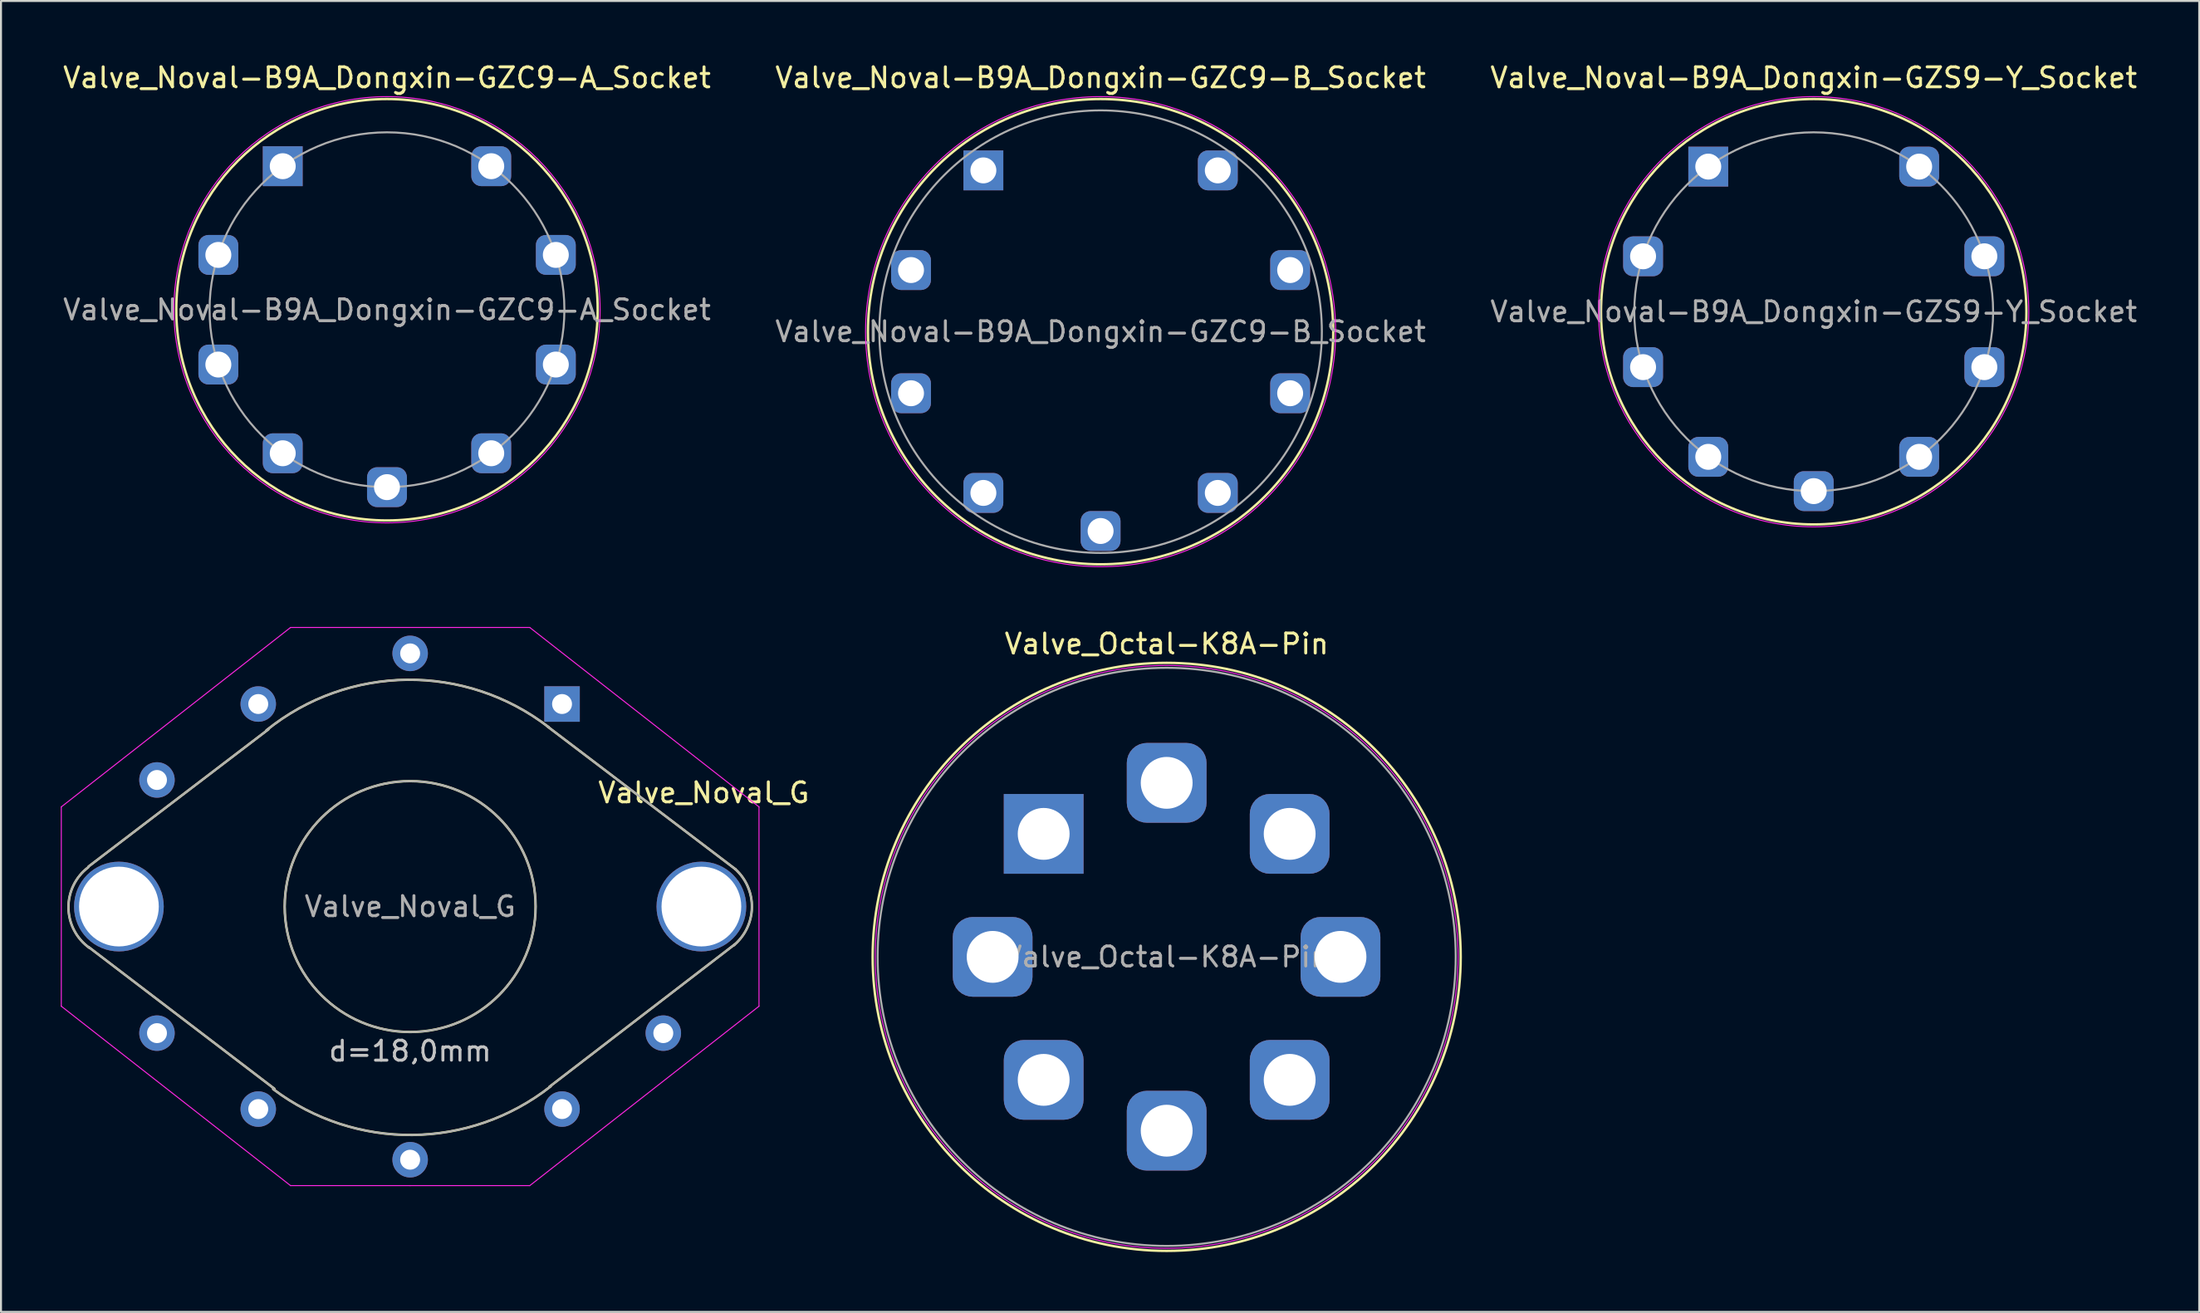
<source format=kicad_pcb>
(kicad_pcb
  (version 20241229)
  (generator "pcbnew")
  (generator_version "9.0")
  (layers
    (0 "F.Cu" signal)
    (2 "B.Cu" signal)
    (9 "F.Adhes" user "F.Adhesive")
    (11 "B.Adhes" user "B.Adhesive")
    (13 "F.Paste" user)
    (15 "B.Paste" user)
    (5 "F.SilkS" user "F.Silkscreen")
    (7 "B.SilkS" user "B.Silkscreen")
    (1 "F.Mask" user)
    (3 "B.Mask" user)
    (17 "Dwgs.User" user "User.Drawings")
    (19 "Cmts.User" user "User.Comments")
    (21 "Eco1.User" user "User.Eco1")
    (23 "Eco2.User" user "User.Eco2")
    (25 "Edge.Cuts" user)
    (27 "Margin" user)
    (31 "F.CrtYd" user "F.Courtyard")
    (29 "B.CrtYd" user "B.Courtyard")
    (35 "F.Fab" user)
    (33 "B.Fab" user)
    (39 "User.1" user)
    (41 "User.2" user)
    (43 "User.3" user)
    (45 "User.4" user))
  (footprint "Valve_Noval-B9A_Dongxin-GZS9-Y_Socket"
    (layer "F.Cu")
    (at 82.645 5.308)
    (property "Reference" "Valve_Noval-B9A_Dongxin-GZS9-Y_Socket" (at 5.29 -4.46 0) (layer "F.SilkS") (effects (font (size 1 1) (thickness 0.15))))
    (attr through_hole)
    (fp_circle (center 5.29 7.28) (end 15.96 7.28) (stroke (width 0.12) (type solid)) (fill no) (layer "F.SilkS"))
    (fp_circle (center 5.29 7.28) (end 16.08 7.28) (stroke (width 0.05) (type solid)) (fill no) (layer "F.CrtYd"))
    (fp_circle (center 5.29 7.28) (end 14.29 7.28) (stroke (width 0.1) (type solid)) (fill no) (layer "F.Fab"))
    (fp_text user "${REFERENCE}" (at 5.29 7.28 0) (layer "F.Fab") (effects (font (size 1 1) (thickness 0.15))))
    (pad "1" thru_hole rect (at 0 0) (size 2 2) (drill 1.3) (layers "*.Cu" "*.Mask"))
    (pad "2" thru_hole roundrect (at -3.27 4.5) (size 2 2) (drill 1.3) (layers "*.Cu" "*.Mask") (roundrect_rratio 0.25))
    (pad "3" thru_hole roundrect (at -3.27 10.06) (size 2 2) (drill 1.3) (layers "*.Cu" "*.Mask") (roundrect_rratio 0.25))
    (pad "4" thru_hole roundrect (at 0 14.56) (size 2 2) (drill 1.3) (layers "*.Cu" "*.Mask") (roundrect_rratio 0.25))
    (pad "5" thru_hole roundrect (at 5.29 16.28) (size 2 2) (drill 1.3) (layers "*.Cu" "*.Mask") (roundrect_rratio 0.25))
    (pad "6" thru_hole roundrect (at 10.58 14.56) (size 2 2) (drill 1.3) (layers "*.Cu" "*.Mask") (roundrect_rratio 0.25))
    (pad "7" thru_hole roundrect (at 13.85 10.06) (size 2 2) (drill 1.3) (layers "*.Cu" "*.Mask") (roundrect_rratio 0.25))
    (pad "8" thru_hole roundrect (at 13.85 4.5) (size 2 2) (drill 1.3) (layers "*.Cu" "*.Mask") (roundrect_rratio 0.25))
    (pad "9" thru_hole roundrect (at 10.58 0) (size 2 2) (drill 1.3) (layers "*.Cu" "*.Mask") (roundrect_rratio 0.25)))
  (footprint "Valve_Noval_G"
    (layer "F.Cu")
    (at 25.145 32.268)
    (property "Reference" "Valve_Noval_G" (at 7.11 4.45 0) (layer "F.SilkS") (effects (font (size 1 1) (thickness 0.15))))
    (attr through_hole)
    (fp_line (start -23.75 8.15) (end -14.73 1.27) (stroke (width 0.12) (type solid)) (layer "F.SilkS"))
    (fp_line (start -23.75 12.19) (end -14.43 19.3) (stroke (width 0.12) (type solid)) (layer "F.SilkS"))
    (fp_line (start 8.66 12.06) (end -0.63 19.2) (stroke (width 0.12) (type solid)) (layer "F.SilkS"))
    (fp_line (start 8.69 8.28) (end -0.74 1.12) (stroke (width 0.12) (type solid)) (layer "F.SilkS"))
    (fp_arc (start -23.7 12.24) (mid -24.76061 10.23284) (end -23.769096 8.190664) (stroke (width 0.12) (type solid)) (layer "F.SilkS"))
    (fp_arc (start -14.83 1.32) (mid -7.774859 -1.216675) (end -0.665972 1.16523) (stroke (width 0.12) (type solid)) (layer "F.SilkS"))
    (fp_arc (start -0.57 19.18) (mid -7.50736 21.618362) (end -14.491513 19.317453) (stroke (width 0.12) (type solid)) (layer "F.SilkS"))
    (fp_arc (start 8.69 8.28) (mid 9.524064 10.214038) (end 8.60831 12.110762) (stroke (width 0.12) (type solid)) (layer "F.SilkS"))
    (fp_circle (center -7.62 10.16) (end -12.07 14.61) (stroke (width 0.12) (type solid)) (fill no) (layer "F.SilkS"))
    (fp_line (start -25.12 5.16) (end -13.62 -3.84) (stroke (width 0.05) (type solid)) (layer "F.CrtYd"))
    (fp_line (start -25.12 15.16) (end -25.12 5.16) (stroke (width 0.05) (type solid)) (layer "F.CrtYd"))
    (fp_line (start -13.62 -3.84) (end -1.62 -3.84) (stroke (width 0.05) (type solid)) (layer "F.CrtYd"))
    (fp_line (start -13.62 24.16) (end -25.12 15.16) (stroke (width 0.05) (type solid)) (layer "F.CrtYd"))
    (fp_line (start -7.62 24.16) (end -13.62 24.16) (stroke (width 0.05) (type solid)) (layer "F.CrtYd"))
    (fp_line (start -1.62 -3.84) (end 9.88 5.16) (stroke (width 0.05) (type solid)) (layer "F.CrtYd"))
    (fp_line (start -1.62 24.16) (end -7.62 24.16) (stroke (width 0.05) (type solid)) (layer "F.CrtYd"))
    (fp_line (start 9.88 5.16) (end 9.88 15.16) (stroke (width 0.05) (type solid)) (layer "F.CrtYd"))
    (fp_line (start 9.88 15.16) (end -1.62 24.16) (stroke (width 0.05) (type solid)) (layer "F.CrtYd"))
    (fp_line (start -23.75 8.15) (end -14.73 1.27) (stroke (width 0.1) (type solid)) (layer "F.Fab"))
    (fp_line (start -23.75 12.19) (end -14.43 19.3) (stroke (width 0.1) (type solid)) (layer "F.Fab"))
    (fp_line (start 8.66 12.06) (end -0.63 19.2) (stroke (width 0.1) (type solid)) (layer "F.Fab"))
    (fp_line (start 8.69 8.28) (end -0.74 1.12) (stroke (width 0.1) (type solid)) (layer "F.Fab"))
    (fp_arc (start -23.7 12.24) (mid -24.76061 10.23284) (end -23.769096 8.190664) (stroke (width 0.1) (type solid)) (layer "F.Fab"))
    (fp_arc (start -14.83 1.32) (mid -7.774859 -1.216675) (end -0.665972 1.16523) (stroke (width 0.1) (type solid)) (layer "F.Fab"))
    (fp_arc (start -0.57 19.18) (mid -7.50736 21.618362) (end -14.491513 19.317453) (stroke (width 0.1) (type solid)) (layer "F.Fab"))
    (fp_arc (start 8.69 8.28) (mid 9.524064 10.214038) (end 8.60831 12.110762) (stroke (width 0.1) (type solid)) (layer "F.Fab"))
    (fp_circle (center -7.62 10.16) (end -12.07 14.61) (stroke (width 0.1) (type solid)) (fill no) (layer "F.Fab"))
    (fp_text user "d=18,0mm" (at -7.62 17.41 0) (layer "Dwgs.User") (effects (font (size 1 1) (thickness 0.15))))
    (fp_text user "${REFERENCE}" (at -7.62 10.16 0) (layer "F.Fab") (effects (font (size 1 1) (thickness 0.15))))
    (pad "" thru_hole circle (at 6.99 10.16) (size 4.5 4.5) (drill 4) (layers "*.Cu" "*.Mask"))
    (pad "1" thru_hole rect (at 0 0) (size 1.78 1.78) (drill 1) (layers "*.Cu" "*.Mask"))
    (pad "2" thru_hole circle (at -22.23 10.16) (size 4.5 4.5) (drill 4) (layers "*.Cu" "*.Mask"))
    (pad "2" thru_hole circle (at -7.62 -2.54) (size 1.78 1.78) (drill 1) (layers "*.Cu" "*.Mask"))
    (pad "3" thru_hole circle (at -15.24 0) (size 1.78 1.78) (drill 1) (layers "*.Cu" "*.Mask"))
    (pad "4" thru_hole circle (at -20.32 3.81) (size 1.78 1.78) (drill 1) (layers "*.Cu" "*.Mask"))
    (pad "5" thru_hole circle (at -20.32 16.51) (size 1.78 1.78) (drill 1) (layers "*.Cu" "*.Mask"))
    (pad "6" thru_hole circle (at -15.24 20.32) (size 1.78 1.78) (drill 1) (layers "*.Cu" "*.Mask"))
    (pad "7" thru_hole circle (at -7.62 22.86) (size 1.78 1.78) (drill 1) (layers "*.Cu" "*.Mask"))
    (pad "8" thru_hole circle (at 0 20.32) (size 1.78 1.78) (drill 1) (layers "*.Cu" "*.Mask"))
    (pad "9" thru_hole circle (at 5.08 16.51) (size 1.78 1.78) (drill 1) (layers "*.Cu" "*.Mask")))
  (footprint "Valve_Octal-K8A-Pin"
    (layer "F.Cu")
    (at 49.306 38.782)
    (property "Reference" "Valve_Octal-K8A-Pin" (at 6.17 -9.53 0) (layer "F.SilkS") (effects (font (size 1 1) (thickness 0.15))))
    (attr through_hole)
    (fp_circle (center 6.17 6.17) (end 20.92 6.17) (stroke (width 0.12) (type solid)) (fill no) (layer "F.SilkS"))
    (fp_circle (center 6.17 6.17) (end 20.79 6.17) (stroke (width 0.05) (type solid)) (fill no) (layer "F.CrtYd"))
    (fp_circle (center 6.17 6.17) (end 20.67 6.17) (stroke (width 0.1) (type solid)) (fill no) (layer "F.Fab"))
    (fp_text user "${REFERENCE}" (at 6.17 6.17 0) (layer "F.Fab") (effects (font (size 1 1) (thickness 0.15))))
    (pad "1" thru_hole rect (at 0 0) (size 4 4) (drill 2.6) (layers "*.Cu" "*.Mask"))
    (pad "2" thru_hole roundrect (at -2.56 6.17) (size 4 4) (drill 2.6) (layers "*.Cu" "*.Mask") (roundrect_rratio 0.25))
    (pad "3" thru_hole roundrect (at 0 12.34) (size 4 4) (drill 2.6) (layers "*.Cu" "*.Mask") (roundrect_rratio 0.25))
    (pad "4" thru_hole roundrect (at 6.17 14.89) (size 4 4) (drill 2.6) (layers "*.Cu" "*.Mask") (roundrect_rratio 0.25))
    (pad "5" thru_hole roundrect (at 12.34 12.34) (size 4 4) (drill 2.6) (layers "*.Cu" "*.Mask") (roundrect_rratio 0.25))
    (pad "6" thru_hole roundrect (at 14.89 6.17) (size 4 4) (drill 2.6) (layers "*.Cu" "*.Mask") (roundrect_rratio 0.25))
    (pad "7" thru_hole roundrect (at 12.34 0) (size 4 4) (drill 2.6) (layers "*.Cu" "*.Mask") (roundrect_rratio 0.25))
    (pad "8" thru_hole roundrect (at 6.17 -2.56) (size 4 4) (drill 2.6) (layers "*.Cu" "*.Mask") (roundrect_rratio 0.25)))
  (footprint "Valve_Noval-B9A_Dongxin-GZC9-B_Socket"
    (layer "F.Cu")
    (at 46.281 5.498)
    (property "Reference" "Valve_Noval-B9A_Dongxin-GZC9-B_Socket" (at 5.88 -4.65 0) (layer "F.SilkS") (effects (font (size 1 1) (thickness 0.15))))
    (attr through_hole)
    (fp_circle (center 5.88 8.09) (end 17.55 8.09) (stroke (width 0.12) (type solid)) (fill no) (layer "F.SilkS"))
    (fp_circle (center 5.88 8.09) (end 17.67 8.09) (stroke (width 0.05) (type solid)) (fill no) (layer "F.CrtYd"))
    (fp_circle (center 5.88 8.09) (end 16.98 8.09) (stroke (width 0.1) (type solid)) (fill no) (layer "F.Fab"))
    (fp_text user "${REFERENCE}" (at 5.88 8.09 0) (layer "F.Fab") (effects (font (size 1 1) (thickness 0.15))))
    (pad "1" thru_hole rect (at 0 0) (size 2 2) (drill 1.3) (layers "*.Cu" "*.Mask"))
    (pad "2" thru_hole roundrect (at -3.63 5) (size 2 2) (drill 1.3) (layers "*.Cu" "*.Mask") (roundrect_rratio 0.25))
    (pad "3" thru_hole roundrect (at -3.63 11.18) (size 2 2) (drill 1.3) (layers "*.Cu" "*.Mask") (roundrect_rratio 0.25))
    (pad "4" thru_hole roundrect (at 0 16.18) (size 2 2) (drill 1.3) (layers "*.Cu" "*.Mask") (roundrect_rratio 0.25))
    (pad "5" thru_hole roundrect (at 5.88 18.09) (size 2 2) (drill 1.3) (layers "*.Cu" "*.Mask") (roundrect_rratio 0.25))
    (pad "6" thru_hole roundrect (at 11.76 16.18) (size 2 2) (drill 1.3) (layers "*.Cu" "*.Mask") (roundrect_rratio 0.25))
    (pad "7" thru_hole roundrect (at 15.39 11.18) (size 2 2) (drill 1.3) (layers "*.Cu" "*.Mask") (roundrect_rratio 0.25))
    (pad "8" thru_hole roundrect (at 15.39 5) (size 2 2) (drill 1.3) (layers "*.Cu" "*.Mask") (roundrect_rratio 0.25))
    (pad "9" thru_hole roundrect (at 11.76 0) (size 2 2) (drill 1.3) (layers "*.Cu" "*.Mask") (roundrect_rratio 0.25)))
  (footprint "Valve_Noval-B9A_Dongxin-GZC9-A_Socket"
    (layer "F.Cu")
    (at 11.133 5.288)
    (property "Reference" "Valve_Noval-B9A_Dongxin-GZC9-A_Socket" (at 5.23 -4.44 0) (layer "F.SilkS") (effects (font (size 1 1) (thickness 0.15))))
    (attr through_hole)
    (fp_circle (center 5.23 7.2) (end 15.8 7.2) (stroke (width 0.12) (type solid)) (fill no) (layer "F.SilkS"))
    (fp_circle (center 5.23 7.2) (end 15.92 7.2) (stroke (width 0.05) (type solid)) (fill no) (layer "F.CrtYd"))
    (fp_circle (center 5.23 7.2) (end 14.13 7.2) (stroke (width 0.1) (type solid)) (fill no) (layer "F.Fab"))
    (fp_text user "${REFERENCE}" (at 5.23 7.2 0) (layer "F.Fab") (effects (font (size 1 1) (thickness 0.15))))
    (pad "1" thru_hole rect (at 0 0) (size 2 2) (drill 1.3) (layers "*.Cu" "*.Mask"))
    (pad "2" thru_hole roundrect (at -3.23 4.45) (size 2 2) (drill 1.3) (layers "*.Cu" "*.Mask") (roundrect_rratio 0.25))
    (pad "3" thru_hole roundrect (at -3.23 9.95) (size 2 2) (drill 1.3) (layers "*.Cu" "*.Mask") (roundrect_rratio 0.25))
    (pad "4" thru_hole roundrect (at 0 14.4) (size 2 2) (drill 1.3) (layers "*.Cu" "*.Mask") (roundrect_rratio 0.25))
    (pad "5" thru_hole roundrect (at 5.23 16.1) (size 2 2) (drill 1.3) (layers "*.Cu" "*.Mask") (roundrect_rratio 0.25))
    (pad "6" thru_hole roundrect (at 10.46 14.4) (size 2 2) (drill 1.3) (layers "*.Cu" "*.Mask") (roundrect_rratio 0.25))
    (pad "7" thru_hole roundrect (at 13.7 9.95) (size 2 2) (drill 1.3) (layers "*.Cu" "*.Mask") (roundrect_rratio 0.25))
    (pad "8" thru_hole roundrect (at 13.7 4.45) (size 2 2) (drill 1.3) (layers "*.Cu" "*.Mask") (roundrect_rratio 0.25))
    (pad "9" thru_hole roundrect (at 10.46 0) (size 2 2) (drill 1.3) (layers "*.Cu" "*.Mask") (roundrect_rratio 0.25)))
  (gr_rect
    (start -3 -3)
    (end 107.274 62.761)
    (stroke (width 0.1) (type default))
    (fill no)
    (layer "Edge.Cuts")))
</source>
